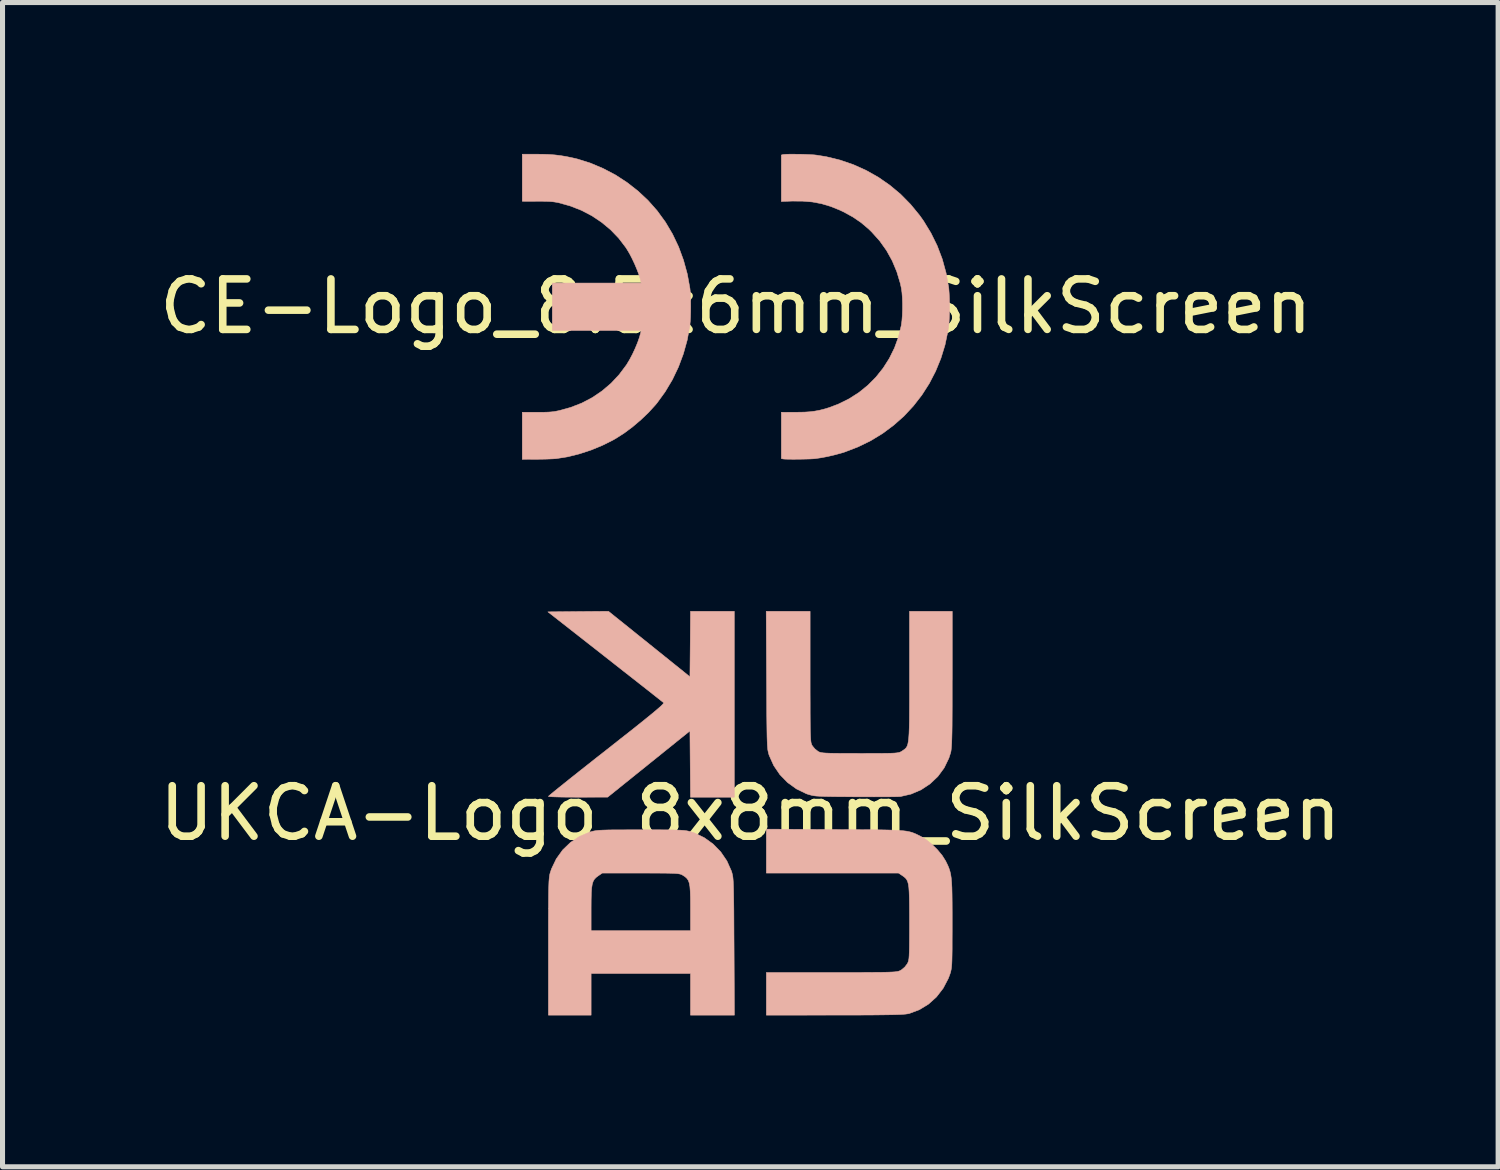
<source format=kicad_pcb>
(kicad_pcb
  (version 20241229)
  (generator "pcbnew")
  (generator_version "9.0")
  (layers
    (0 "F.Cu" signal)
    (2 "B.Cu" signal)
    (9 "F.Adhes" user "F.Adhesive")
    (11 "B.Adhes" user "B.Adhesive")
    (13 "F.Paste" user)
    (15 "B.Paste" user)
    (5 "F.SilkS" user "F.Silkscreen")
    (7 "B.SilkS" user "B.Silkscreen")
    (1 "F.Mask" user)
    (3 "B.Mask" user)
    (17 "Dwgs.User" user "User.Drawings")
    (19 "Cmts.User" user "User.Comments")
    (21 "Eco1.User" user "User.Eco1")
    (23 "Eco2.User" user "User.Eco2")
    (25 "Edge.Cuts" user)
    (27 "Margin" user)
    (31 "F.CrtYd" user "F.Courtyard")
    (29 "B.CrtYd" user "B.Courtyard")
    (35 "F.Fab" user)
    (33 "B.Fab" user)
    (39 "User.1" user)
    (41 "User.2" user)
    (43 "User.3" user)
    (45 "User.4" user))
  (footprint "UKCA-Logo_8x8mm_SilkScreen"
    (layer "F.Cu")
    (at 11.18 13.062)
    (property "Reference" "UKCA-Logo_8x8mm_SilkScreen" (at 0.635 0 0) (layer "F.SilkS") (effects (font (size 1 1) (thickness 0.15))))
    (attr exclude_from_pos_files exclude_from_bom allow_missing_courtyard)
    (fp_poly (pts (xy -2.775 -3.996) (xy -3.375 -3.99) (xy -2.243 -3.103) (xy -2.051 -2.952) (xy -1.869 -2.809) (xy -1.699 -2.676) (xy -1.544 -2.554) (xy -1.406 -2.446) (xy -1.29 -2.354) (xy -1.196 -2.28) (xy -1.129 -2.227) (xy -1.091 -2.197) (xy -1.083 -2.19) (xy -1.083 -2.181) (xy -1.097 -2.162) (xy -1.127 -2.131) (xy -1.174 -2.089) (xy -1.24 -2.032) (xy -1.328 -1.959) (xy -1.44 -1.868) (xy -1.576 -1.759) (xy -1.74 -1.628) (xy -1.934 -1.476) (xy -2.158 -1.299) (xy -2.21 -1.258) (xy -2.403 -1.107) (xy -2.586 -0.962) (xy -2.756 -0.828) (xy -2.911 -0.705) (xy -3.047 -0.596) (xy -3.163 -0.503) (xy -3.255 -0.428) (xy -3.321 -0.374) (xy -3.358 -0.342) (xy -3.365 -0.334) (xy -3.345 -0.33) (xy -3.288 -0.326) (xy -3.199 -0.323) (xy -3.084 -0.32) (xy -2.948 -0.319) (xy -2.797 -0.318) (xy -2.778 -0.318) (xy -2.191 -0.319) (xy -1.376 -0.975) (xy -0.561 -1.631) (xy -0.55 -0.318) (xy 0.318 -0.318) (xy 0.318 -4) (xy -0.55 -4) (xy -0.555 -3.352) (xy -0.561 -2.704) (xy -1.368 -3.353) (xy -2.175 -4.001) (xy -2.775 -3.996)) (stroke (width 0.01) (type solid)) (fill yes) (layer "B.SilkS"))
    (fp_poly (pts (xy -1.75 0.328) (xy -1.927 0.329) (xy -2.071 0.329) (xy -2.187 0.331) (xy -2.278 0.334) (xy -2.349 0.337) (xy -2.405 0.342) (xy -2.45 0.349) (xy -2.489 0.357) (xy -2.526 0.367) (xy -2.551 0.375) (xy -2.749 0.459) (xy -2.927 0.578) (xy -3.082 0.727) (xy -3.209 0.904) (xy -3.304 1.102) (xy -3.331 1.184) (xy -3.338 1.212) (xy -3.344 1.246) (xy -3.349 1.291) (xy -3.354 1.349) (xy -3.357 1.423) (xy -3.36 1.518) (xy -3.362 1.635) (xy -3.363 1.779) (xy -3.364 1.953) (xy -3.365 2.159) (xy -3.365 2.402) (xy -3.365 2.65) (xy -3.365 4) (xy -2.519 4) (xy -2.519 3.175) (xy -0.55 3.175) (xy -0.55 4) (xy 0.32 4) (xy 0.313 2.641) (xy 0.311 2.367) (xy 0.311 2.328) (xy -0.55 2.328) (xy -2.519 2.328) (xy -2.519 1.882) (xy -2.518 1.714) (xy -2.515 1.582) (xy -2.508 1.481) (xy -2.496 1.405) (xy -2.478 1.349) (xy -2.453 1.306) (xy -2.419 1.271) (xy -2.374 1.237) (xy -2.373 1.237) (xy -2.297 1.185) (xy -1.535 1.185) (xy -1.334 1.186) (xy -1.172 1.186) (xy -1.043 1.187) (xy -0.942 1.189) (xy -0.867 1.192) (xy -0.811 1.196) (xy -0.771 1.202) (xy -0.742 1.209) (xy -0.72 1.218) (xy -0.704 1.228) (xy -0.657 1.258) (xy -0.621 1.291) (xy -0.594 1.33) (xy -0.575 1.382) (xy -0.562 1.452) (xy -0.555 1.546) (xy -0.551 1.671) (xy -0.55 1.83) (xy -0.55 1.868) (xy -0.55 2.328) (xy 0.311 2.328) (xy 0.31 2.132) (xy 0.309 1.933) (xy 0.307 1.767) (xy 0.305 1.629) (xy 0.303 1.516) (xy 0.3 1.426) (xy 0.297 1.355) (xy 0.293 1.299) (xy 0.288 1.254) (xy 0.281 1.219) (xy 0.274 1.189) (xy 0.266 1.161) (xy 0.259 1.141) (xy 0.171 0.944) (xy 0.049 0.765) (xy -0.102 0.61) (xy -0.277 0.484) (xy -0.47 0.391) (xy -0.518 0.375) (xy -0.556 0.363) (xy -0.593 0.354) (xy -0.634 0.346) (xy -0.682 0.34) (xy -0.743 0.336) (xy -0.82 0.333) (xy -0.919 0.33) (xy -1.044 0.329) (xy -1.199 0.328) (xy -1.389 0.328) (xy -1.535 0.328) (xy -1.75 0.328)) (stroke (width 0.01) (type solid)) (fill yes) (layer "B.SilkS"))
    (fp_poly (pts (xy 0.953 1.185) (xy 3.571 1.185) (xy 3.643 1.233) (xy 3.68 1.259) (xy 3.709 1.284) (xy 3.733 1.314) (xy 3.752 1.353) (xy 3.766 1.405) (xy 3.776 1.474) (xy 3.782 1.565) (xy 3.786 1.683) (xy 3.788 1.831) (xy 3.789 2.013) (xy 3.789 2.167) (xy 3.789 2.363) (xy 3.788 2.522) (xy 3.787 2.648) (xy 3.785 2.745) (xy 3.782 2.819) (xy 3.778 2.873) (xy 3.772 2.912) (xy 3.764 2.941) (xy 3.754 2.965) (xy 3.744 2.984) (xy 3.695 3.048) (xy 3.631 3.102) (xy 3.619 3.109) (xy 3.602 3.118) (xy 3.584 3.126) (xy 3.561 3.133) (xy 3.53 3.138) (xy 3.488 3.143) (xy 3.432 3.146) (xy 3.357 3.149) (xy 3.262 3.151) (xy 3.142 3.152) (xy 2.994 3.153) (xy 2.815 3.154) (xy 2.602 3.154) (xy 2.351 3.154) (xy 2.246 3.154) (xy 0.953 3.154) (xy 0.953 4) (xy 2.312 3.999) (xy 2.596 3.999) (xy 2.841 3.998) (xy 3.05 3.997) (xy 3.225 3.995) (xy 3.37 3.993) (xy 3.489 3.991) (xy 3.584 3.988) (xy 3.658 3.984) (xy 3.714 3.979) (xy 3.756 3.973) (xy 3.786 3.967) (xy 3.786 3.967) (xy 3.985 3.892) (xy 4.165 3.782) (xy 4.324 3.639) (xy 4.456 3.468) (xy 4.558 3.274) (xy 4.587 3.197) (xy 4.599 3.162) (xy 4.608 3.127) (xy 4.616 3.089) (xy 4.622 3.043) (xy 4.627 2.985) (xy 4.63 2.91) (xy 4.632 2.813) (xy 4.634 2.691) (xy 4.634 2.539) (xy 4.635 2.352) (xy 4.635 2.19) (xy 4.635 1.959) (xy 4.634 1.766) (xy 4.632 1.606) (xy 4.629 1.474) (xy 4.623 1.367) (xy 4.615 1.279) (xy 4.604 1.206) (xy 4.589 1.144) (xy 4.57 1.087) (xy 4.547 1.031) (xy 4.518 0.972) (xy 4.506 0.947) (xy 4.437 0.837) (xy 4.341 0.721) (xy 4.229 0.611) (xy 4.114 0.519) (xy 4.014 0.459) (xy 3.963 0.434) (xy 3.918 0.412) (xy 3.875 0.394) (xy 3.832 0.378) (xy 3.784 0.366) (xy 3.729 0.355) (xy 3.663 0.347) (xy 3.581 0.341) (xy 3.482 0.336) (xy 3.361 0.332) (xy 3.215 0.329) (xy 3.04 0.327) (xy 2.833 0.326) (xy 2.591 0.324) (xy 2.323 0.323) (xy 0.953 0.315) (xy 0.953 1.185)) (stroke (width 0.01) (type solid)) (fill yes) (layer "B.SilkS"))
    (fp_poly (pts (xy 3.789 -2.715) (xy 3.789 -2.439) (xy 3.789 -2.202) (xy 3.788 -2.002) (xy 3.787 -1.834) (xy 3.784 -1.695) (xy 3.78 -1.583) (xy 3.774 -1.494) (xy 3.766 -1.425) (xy 3.756 -1.372) (xy 3.743 -1.332) (xy 3.727 -1.303) (xy 3.708 -1.281) (xy 3.685 -1.262) (xy 3.658 -1.244) (xy 3.643 -1.233) (xy 3.623 -1.221) (xy 3.603 -1.211) (xy 3.577 -1.203) (xy 3.542 -1.197) (xy 3.493 -1.192) (xy 3.425 -1.189) (xy 3.334 -1.187) (xy 3.216 -1.186) (xy 3.065 -1.186) (xy 2.879 -1.185) (xy 2.807 -1.185) (xy 2.606 -1.186) (xy 2.443 -1.186) (xy 2.314 -1.187) (xy 2.213 -1.189) (xy 2.137 -1.192) (xy 2.082 -1.196) (xy 2.041 -1.202) (xy 2.012 -1.209) (xy 1.99 -1.218) (xy 1.974 -1.228) (xy 1.914 -1.276) (xy 1.864 -1.336) (xy 1.863 -1.339) (xy 1.854 -1.354) (xy 1.847 -1.372) (xy 1.84 -1.395) (xy 1.835 -1.428) (xy 1.831 -1.473) (xy 1.828 -1.533) (xy 1.825 -1.613) (xy 1.823 -1.714) (xy 1.822 -1.842) (xy 1.821 -1.997) (xy 1.821 -2.185) (xy 1.82 -2.409) (xy 1.82 -2.671) (xy 1.82 -2.704) (xy 1.82 -4) (xy 0.95 -4) (xy 0.957 -2.641) (xy 0.959 -2.367) (xy 0.96 -2.132) (xy 0.961 -1.933) (xy 0.963 -1.767) (xy 0.965 -1.629) (xy 0.967 -1.516) (xy 0.97 -1.426) (xy 0.973 -1.355) (xy 0.977 -1.299) (xy 0.982 -1.254) (xy 0.989 -1.219) (xy 0.996 -1.189) (xy 1.004 -1.161) (xy 1.011 -1.141) (xy 1.099 -0.945) (xy 1.221 -0.765) (xy 1.373 -0.609) (xy 1.549 -0.482) (xy 1.742 -0.388) (xy 1.776 -0.376) (xy 1.814 -0.365) (xy 1.851 -0.355) (xy 1.892 -0.347) (xy 1.942 -0.341) (xy 2.006 -0.337) (xy 2.088 -0.333) (xy 2.193 -0.331) (xy 2.325 -0.329) (xy 2.49 -0.328) (xy 2.692 -0.326) (xy 2.731 -0.326) (xy 2.915 -0.326) (xy 3.088 -0.325) (xy 3.244 -0.326) (xy 3.379 -0.326) (xy 3.488 -0.327) (xy 3.566 -0.329) (xy 3.606 -0.331) (xy 3.609 -0.331) (xy 3.821 -0.38) (xy 4.019 -0.465) (xy 4.197 -0.583) (xy 4.351 -0.729) (xy 4.476 -0.899) (xy 4.569 -1.091) (xy 4.604 -1.2) (xy 4.611 -1.231) (xy 4.616 -1.272) (xy 4.621 -1.327) (xy 4.625 -1.397) (xy 4.628 -1.487) (xy 4.631 -1.6) (xy 4.633 -1.739) (xy 4.634 -1.907) (xy 4.635 -2.107) (xy 4.635 -2.343) (xy 4.635 -2.617) (xy 4.636 -2.661) (xy 4.636 -4) (xy 3.789 -4) (xy 3.789 -2.715)) (stroke (width 0.01) (type solid)) (fill yes) (layer "B.SilkS")))
  (footprint "CE-Logo_8.5x6mm_SilkScreen"
    (layer "F.Cu")
    (at 11.53 3.021)
    (property "Reference" "CE-Logo_8.5x6mm_SilkScreen" (at 0 0 0) (layer "F.SilkS") (effects (font (size 1 1) (thickness 0.15))))
    (attr exclude_from_pos_files exclude_from_bom allow_missing_courtyard)
    (fp_poly (pts (xy -4.233 -2.084) (xy -3.939 -2.083) (xy -3.837 -2.083) (xy -3.756 -2.082) (xy -3.692 -2.079) (xy -3.638 -2.075) (xy -3.591 -2.069) (xy -3.544 -2.061) (xy -3.51 -2.054) (xy -3.281 -1.99) (xy -3.061 -1.904) (xy -2.854 -1.796) (xy -2.661 -1.667) (xy -2.484 -1.52) (xy -2.324 -1.354) (xy -2.184 -1.171) (xy -2.16 -1.134) (xy -2.108 -1.047) (xy -2.055 -0.945) (xy -2.004 -0.836) (xy -1.958 -0.726) (xy -1.919 -0.623) (xy -1.892 -0.532) (xy -1.886 -0.506) (xy -1.876 -0.463) (xy -3.638 -0.463) (xy -3.638 0.476) (xy -1.876 0.476) (xy -1.886 0.519) (xy -1.911 0.611) (xy -1.948 0.716) (xy -1.995 0.83) (xy -2.048 0.944) (xy -2.105 1.052) (xy -2.161 1.146) (xy -2.17 1.16) (xy -2.314 1.352) (xy -2.475 1.524) (xy -2.653 1.675) (xy -2.846 1.806) (xy -3.054 1.915) (xy -3.275 2.001) (xy -3.508 2.065) (xy -3.514 2.066) (xy -3.567 2.077) (xy -3.615 2.085) (xy -3.665 2.09) (xy -3.721 2.094) (xy -3.789 2.096) (xy -3.875 2.097) (xy -3.946 2.097) (xy -4.233 2.097) (xy -4.233 3.029) (xy -3.946 3.028) (xy -3.854 3.027) (xy -3.764 3.025) (xy -3.682 3.022) (xy -3.614 3.019) (xy -3.566 3.016) (xy -3.559 3.015) (xy -3.333 2.979) (xy -3.101 2.921) (xy -2.869 2.845) (xy -2.644 2.752) (xy -2.43 2.645) (xy -2.375 2.613) (xy -2.211 2.508) (xy -2.045 2.384) (xy -1.883 2.246) (xy -1.732 2.102) (xy -1.599 1.956) (xy -1.562 1.912) (xy -1.401 1.69) (xy -1.259 1.452) (xy -1.139 1.201) (xy -1.041 0.939) (xy -0.965 0.667) (xy -0.914 0.389) (xy -0.912 0.37) (xy -0.905 0.299) (xy -0.9 0.208) (xy -0.897 0.105) (xy -0.896 -0.004) (xy -0.897 -0.112) (xy -0.9 -0.213) (xy -0.905 -0.299) (xy -0.911 -0.357) (xy -0.963 -0.642) (xy -1.039 -0.918) (xy -1.136 -1.182) (xy -1.256 -1.434) (xy -1.397 -1.672) (xy -1.559 -1.894) (xy -1.562 -1.898) (xy -1.742 -2.101) (xy -1.941 -2.287) (xy -2.157 -2.456) (xy -2.386 -2.605) (xy -2.628 -2.732) (xy -2.878 -2.838) (xy -3.134 -2.919) (xy -3.235 -2.943) (xy -3.359 -2.969) (xy -3.474 -2.988) (xy -3.588 -3.002) (xy -3.707 -3.011) (xy -3.841 -3.015) (xy -3.952 -3.016) (xy -4.233 -3.016) (xy -4.233 -2.084)) (stroke (width 0.01) (type solid)) (fill yes) (layer "B.SilkS"))
    (fp_poly (pts (xy 1.061 -3.016) (xy 0.996 -3.014) (xy 0.95 -3.011) (xy 0.929 -3.008) (xy 0.9 -3) (xy 0.9 -2.079) (xy 1.109 -2.087) (xy 1.319 -2.086) (xy 1.513 -2.07) (xy 1.698 -2.035) (xy 1.878 -1.981) (xy 2.061 -1.907) (xy 2.137 -1.871) (xy 2.317 -1.772) (xy 2.48 -1.661) (xy 2.632 -1.532) (xy 2.691 -1.474) (xy 2.848 -1.299) (xy 2.984 -1.108) (xy 3.097 -0.904) (xy 3.188 -0.686) (xy 3.257 -0.456) (xy 3.277 -0.364) (xy 3.289 -0.28) (xy 3.297 -0.177) (xy 3.301 -0.062) (xy 3.301 0.057) (xy 3.297 0.174) (xy 3.289 0.281) (xy 3.277 0.37) (xy 3.276 0.377) (xy 3.22 0.606) (xy 3.141 0.824) (xy 3.039 1.03) (xy 2.916 1.223) (xy 2.774 1.401) (xy 2.614 1.562) (xy 2.436 1.706) (xy 2.242 1.83) (xy 2.034 1.933) (xy 1.851 2.003) (xy 1.748 2.034) (xy 1.653 2.058) (xy 1.56 2.075) (xy 1.463 2.087) (xy 1.355 2.094) (xy 1.229 2.096) (xy 1.174 2.097) (xy 0.9 2.096) (xy 0.9 3.013) (xy 0.929 3.021) (xy 0.955 3.024) (xy 1.002 3.026) (xy 1.065 3.027) (xy 1.141 3.028) (xy 1.224 3.027) (xy 1.309 3.026) (xy 1.391 3.024) (xy 1.466 3.022) (xy 1.528 3.019) (xy 1.574 3.015) (xy 1.574 3.015) (xy 1.687 2.998) (xy 1.815 2.974) (xy 1.947 2.943) (xy 2.075 2.909) (xy 2.156 2.884) (xy 2.421 2.782) (xy 2.671 2.66) (xy 2.907 2.516) (xy 3.127 2.352) (xy 3.331 2.171) (xy 3.516 1.972) (xy 3.683 1.757) (xy 3.83 1.528) (xy 3.956 1.285) (xy 4.061 1.029) (xy 4.143 0.762) (xy 4.201 0.486) (xy 4.214 0.397) (xy 4.223 0.312) (xy 4.228 0.208) (xy 4.232 0.092) (xy 4.232 -0.029) (xy 4.23 -0.148) (xy 4.225 -0.258) (xy 4.218 -0.352) (xy 4.214 -0.384) (xy 4.163 -0.666) (xy 4.088 -0.939) (xy 3.988 -1.202) (xy 3.864 -1.454) (xy 3.717 -1.695) (xy 3.638 -1.806) (xy 3.46 -2.023) (xy 3.264 -2.222) (xy 3.051 -2.4) (xy 2.824 -2.558) (xy 2.583 -2.694) (xy 2.33 -2.808) (xy 2.066 -2.899) (xy 1.792 -2.966) (xy 1.601 -2.997) (xy 1.549 -3.003) (xy 1.48 -3.007) (xy 1.399 -3.011) (xy 1.312 -3.014) (xy 1.224 -3.015) (xy 1.138 -3.016) (xy 1.061 -3.016)) (stroke (width 0.01) (type solid)) (fill yes) (layer "B.SilkS")))
  (gr_rect
    (start -3 -3)
    (end 26.631 20.067)
    (stroke (width 0.1) (type default))
    (fill no)
    (layer "Edge.Cuts")))
</source>
